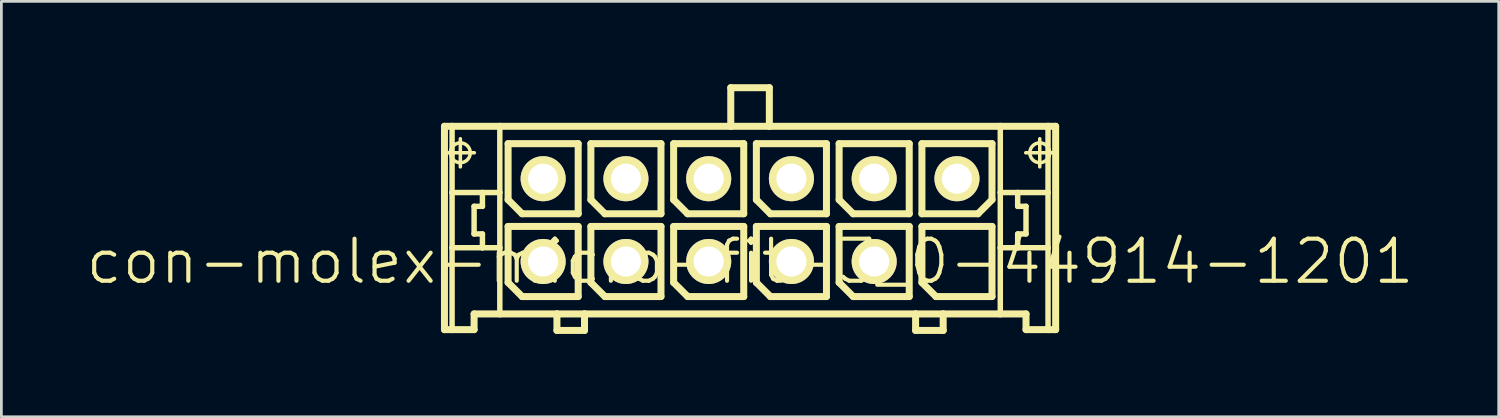
<source format=kicad_pcb>
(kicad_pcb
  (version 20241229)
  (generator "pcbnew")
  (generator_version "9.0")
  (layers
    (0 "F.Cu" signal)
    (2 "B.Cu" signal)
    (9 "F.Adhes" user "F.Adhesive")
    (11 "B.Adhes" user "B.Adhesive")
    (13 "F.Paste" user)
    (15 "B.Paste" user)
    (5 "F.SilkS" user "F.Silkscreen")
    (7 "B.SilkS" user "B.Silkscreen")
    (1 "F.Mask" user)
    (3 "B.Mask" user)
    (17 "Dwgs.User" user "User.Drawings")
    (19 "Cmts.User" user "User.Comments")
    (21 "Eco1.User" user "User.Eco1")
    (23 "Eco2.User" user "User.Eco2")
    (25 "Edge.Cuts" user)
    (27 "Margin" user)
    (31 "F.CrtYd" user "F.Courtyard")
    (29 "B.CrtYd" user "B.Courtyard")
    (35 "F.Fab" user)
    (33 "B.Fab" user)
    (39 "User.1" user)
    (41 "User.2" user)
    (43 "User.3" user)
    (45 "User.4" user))
  (footprint "con-molex-micro-fit-3_0-44914-1201"
    (layer "F.Cu")
    (at 24.13 6.426)
    (property "Reference" "con-molex-micro-fit-3_0-44914-1201" (at 0 0 0) (layer "F.SilkS") (effects (font (size 1.524 1.524) (thickness 0.15))))
    (attr exclude_from_pos_files exclude_from_bom)
    (fp_line (start -11.074 -4.9) (end -10.798 -4.9) (stroke (width 0.254) (type solid)) (layer "F.SilkS"))
    (fp_line (start -11.074 2.469) (end -11.074 -4.9) (stroke (width 0.254) (type solid)) (layer "F.SilkS"))
    (fp_line (start -11.008 -3.94) (end -9.99 -3.94) (stroke (width 0.127) (type solid)) (layer "F.SilkS"))
    (fp_line (start -10.798 -4.9) (end -9.068 -4.9) (stroke (width 0.254) (type solid)) (layer "F.SilkS"))
    (fp_line (start -10.798 -2.499) (end -10.798 -4.9) (stroke (width 0.198) (type solid)) (layer "F.SilkS"))
    (fp_line (start -10.798 -0.498) (end -10.798 -2.499) (stroke (width 0.198) (type solid)) (layer "F.SilkS"))
    (fp_line (start -10.798 2.469) (end -11.074 2.469) (stroke (width 0.254) (type solid)) (layer "F.SilkS"))
    (fp_line (start -10.798 2.469) (end -10.798 -0.498) (stroke (width 0.198) (type solid)) (layer "F.SilkS"))
    (fp_line (start -10.498 -3.429) (end -10.498 -4.448) (stroke (width 0.127) (type solid)) (layer "F.SilkS"))
    (fp_line (start -10 -1.999) (end -10 -0.998) (stroke (width 0.198) (type solid)) (layer "F.SilkS"))
    (fp_line (start -10 -0.998) (end -9.698 -0.998) (stroke (width 0.198) (type solid)) (layer "F.SilkS"))
    (fp_line (start -10 1.9) (end -10 2.469) (stroke (width 0.254) (type solid)) (layer "F.SilkS"))
    (fp_line (start -10 2.469) (end -10.798 2.469) (stroke (width 0.254) (type solid)) (layer "F.SilkS"))
    (fp_line (start -9.698 -2.499) (end -10.798 -2.499) (stroke (width 0.198) (type solid)) (layer "F.SilkS"))
    (fp_line (start -9.698 -2.499) (end -9.698 -1.999) (stroke (width 0.198) (type solid)) (layer "F.SilkS"))
    (fp_line (start -9.698 -1.999) (end -10 -1.999) (stroke (width 0.198) (type solid)) (layer "F.SilkS"))
    (fp_line (start -9.698 -0.998) (end -9.698 -0.498) (stroke (width 0.198) (type solid)) (layer "F.SilkS"))
    (fp_line (start -9.698 -0.498) (end -10.798 -0.498) (stroke (width 0.198) (type solid)) (layer "F.SilkS"))
    (fp_line (start -9.068 -4.9) (end -0.699 -4.9) (stroke (width 0.254) (type solid)) (layer "F.SilkS"))
    (fp_line (start -9.068 -2.499) (end -9.698 -2.499) (stroke (width 0.198) (type solid)) (layer "F.SilkS"))
    (fp_line (start -9.068 -2.499) (end -9.068 -4.9) (stroke (width 0.198) (type solid)) (layer "F.SilkS"))
    (fp_line (start -9.068 -0.498) (end -9.698 -0.498) (stroke (width 0.198) (type solid)) (layer "F.SilkS"))
    (fp_line (start -9.068 -0.498) (end -9.068 -2.499) (stroke (width 0.198) (type solid)) (layer "F.SilkS"))
    (fp_line (start -9.068 1.9) (end -10 1.9) (stroke (width 0.254) (type solid)) (layer "F.SilkS"))
    (fp_line (start -9.068 1.9) (end -9.068 -0.498) (stroke (width 0.198) (type solid)) (layer "F.SilkS"))
    (fp_line (start -8.768 -4.27) (end -6.228 -4.27) (stroke (width 0.254) (type solid)) (layer "F.SilkS"))
    (fp_line (start -8.768 -2.238) (end -8.768 -4.27) (stroke (width 0.254) (type solid)) (layer "F.SilkS"))
    (fp_line (start -8.768 -1.27) (end -6.228 -1.27) (stroke (width 0.254) (type solid)) (layer "F.SilkS"))
    (fp_line (start -8.768 0.762) (end -8.768 -1.27) (stroke (width 0.254) (type solid)) (layer "F.SilkS"))
    (fp_line (start -8.26 -1.73) (end -8.768 -2.238) (stroke (width 0.254) (type solid)) (layer "F.SilkS"))
    (fp_line (start -8.26 1.27) (end -8.768 0.762) (stroke (width 0.254) (type solid)) (layer "F.SilkS"))
    (fp_line (start -6.998 1.9) (end -9.068 1.9) (stroke (width 0.254) (type solid)) (layer "F.SilkS"))
    (fp_line (start -6.998 1.9) (end -6.998 2.499) (stroke (width 0.254) (type solid)) (layer "F.SilkS"))
    (fp_line (start -6.998 2.499) (end -5.999 2.499) (stroke (width 0.254) (type solid)) (layer "F.SilkS"))
    (fp_line (start -6.228 -4.27) (end -6.228 -1.73) (stroke (width 0.254) (type solid)) (layer "F.SilkS"))
    (fp_line (start -6.228 -1.73) (end -8.26 -1.73) (stroke (width 0.254) (type solid)) (layer "F.SilkS"))
    (fp_line (start -6.228 -1.27) (end -6.228 1.27) (stroke (width 0.254) (type solid)) (layer "F.SilkS"))
    (fp_line (start -6.228 1.27) (end -8.26 1.27) (stroke (width 0.254) (type solid)) (layer "F.SilkS"))
    (fp_line (start -5.999 1.9) (end -6.998 1.9) (stroke (width 0.254) (type solid)) (layer "F.SilkS"))
    (fp_line (start -5.999 2.499) (end -5.999 1.9) (stroke (width 0.254) (type solid)) (layer "F.SilkS"))
    (fp_line (start -5.768 -4.27) (end -3.228 -4.27) (stroke (width 0.254) (type solid)) (layer "F.SilkS"))
    (fp_line (start -5.768 -2.238) (end -5.768 -4.27) (stroke (width 0.254) (type solid)) (layer "F.SilkS"))
    (fp_line (start -5.768 -1.27) (end -3.228 -1.27) (stroke (width 0.254) (type solid)) (layer "F.SilkS"))
    (fp_line (start -5.768 0.762) (end -5.768 -1.27) (stroke (width 0.254) (type solid)) (layer "F.SilkS"))
    (fp_line (start -5.26 -1.73) (end -5.768 -2.238) (stroke (width 0.254) (type solid)) (layer "F.SilkS"))
    (fp_line (start -5.26 1.27) (end -5.768 0.762) (stroke (width 0.254) (type solid)) (layer "F.SilkS"))
    (fp_line (start -3.228 -4.27) (end -3.228 -1.73) (stroke (width 0.254) (type solid)) (layer "F.SilkS"))
    (fp_line (start -3.228 -1.73) (end -5.26 -1.73) (stroke (width 0.254) (type solid)) (layer "F.SilkS"))
    (fp_line (start -3.228 -1.27) (end -3.228 1.27) (stroke (width 0.254) (type solid)) (layer "F.SilkS"))
    (fp_line (start -3.228 1.27) (end -5.26 1.27) (stroke (width 0.254) (type solid)) (layer "F.SilkS"))
    (fp_line (start -2.769 -4.27) (end -0.229 -4.27) (stroke (width 0.254) (type solid)) (layer "F.SilkS"))
    (fp_line (start -2.769 -2.238) (end -2.769 -4.27) (stroke (width 0.254) (type solid)) (layer "F.SilkS"))
    (fp_line (start -2.769 -1.27) (end -0.229 -1.27) (stroke (width 0.254) (type solid)) (layer "F.SilkS"))
    (fp_line (start -2.769 0.762) (end -2.769 -1.27) (stroke (width 0.254) (type solid)) (layer "F.SilkS"))
    (fp_line (start -2.261 -1.73) (end -2.769 -2.238) (stroke (width 0.254) (type solid)) (layer "F.SilkS"))
    (fp_line (start -2.261 1.27) (end -2.769 0.762) (stroke (width 0.254) (type solid)) (layer "F.SilkS"))
    (fp_line (start -0.699 -6.299) (end -0.699 -4.9) (stroke (width 0.254) (type solid)) (layer "F.SilkS"))
    (fp_line (start -0.699 -6.299) (end 0.699 -6.299) (stroke (width 0.254) (type solid)) (layer "F.SilkS"))
    (fp_line (start -0.699 -4.9) (end 0.699 -4.9) (stroke (width 0.254) (type solid)) (layer "F.SilkS"))
    (fp_line (start -0.229 -4.27) (end -0.229 -1.73) (stroke (width 0.254) (type solid)) (layer "F.SilkS"))
    (fp_line (start -0.229 -1.73) (end -2.261 -1.73) (stroke (width 0.254) (type solid)) (layer "F.SilkS"))
    (fp_line (start -0.229 -1.27) (end -0.229 1.27) (stroke (width 0.254) (type solid)) (layer "F.SilkS"))
    (fp_line (start -0.229 1.27) (end -2.261 1.27) (stroke (width 0.254) (type solid)) (layer "F.SilkS"))
    (fp_line (start 0.229 -4.27) (end 2.769 -4.27) (stroke (width 0.254) (type solid)) (layer "F.SilkS"))
    (fp_line (start 0.229 -2.238) (end 0.229 -4.27) (stroke (width 0.254) (type solid)) (layer "F.SilkS"))
    (fp_line (start 0.229 -1.27) (end 2.769 -1.27) (stroke (width 0.254) (type solid)) (layer "F.SilkS"))
    (fp_line (start 0.229 0.762) (end 0.229 -1.27) (stroke (width 0.254) (type solid)) (layer "F.SilkS"))
    (fp_line (start 0.699 -6.299) (end 0.699 -4.9) (stroke (width 0.254) (type solid)) (layer "F.SilkS"))
    (fp_line (start 0.699 -4.9) (end 9.068 -4.9) (stroke (width 0.254) (type solid)) (layer "F.SilkS"))
    (fp_line (start 0.737 -1.73) (end 0.229 -2.238) (stroke (width 0.254) (type solid)) (layer "F.SilkS"))
    (fp_line (start 0.737 1.27) (end 0.229 0.762) (stroke (width 0.254) (type solid)) (layer "F.SilkS"))
    (fp_line (start 2.769 -4.27) (end 2.769 -1.73) (stroke (width 0.254) (type solid)) (layer "F.SilkS"))
    (fp_line (start 2.769 -1.73) (end 0.737 -1.73) (stroke (width 0.254) (type solid)) (layer "F.SilkS"))
    (fp_line (start 2.769 -1.27) (end 2.769 1.27) (stroke (width 0.254) (type solid)) (layer "F.SilkS"))
    (fp_line (start 2.769 1.27) (end 0.737 1.27) (stroke (width 0.254) (type solid)) (layer "F.SilkS"))
    (fp_line (start 3.228 -4.27) (end 5.768 -4.27) (stroke (width 0.254) (type solid)) (layer "F.SilkS"))
    (fp_line (start 3.228 -2.238) (end 3.228 -4.27) (stroke (width 0.254) (type solid)) (layer "F.SilkS"))
    (fp_line (start 3.228 -1.27) (end 5.768 -1.27) (stroke (width 0.254) (type solid)) (layer "F.SilkS"))
    (fp_line (start 3.228 0.762) (end 3.228 -1.27) (stroke (width 0.254) (type solid)) (layer "F.SilkS"))
    (fp_line (start 3.736 -1.73) (end 3.228 -2.238) (stroke (width 0.254) (type solid)) (layer "F.SilkS"))
    (fp_line (start 3.736 1.27) (end 3.228 0.762) (stroke (width 0.254) (type solid)) (layer "F.SilkS"))
    (fp_line (start 5.768 -4.27) (end 5.768 -1.73) (stroke (width 0.254) (type solid)) (layer "F.SilkS"))
    (fp_line (start 5.768 -1.73) (end 3.736 -1.73) (stroke (width 0.254) (type solid)) (layer "F.SilkS"))
    (fp_line (start 5.768 -1.27) (end 5.768 1.27) (stroke (width 0.254) (type solid)) (layer "F.SilkS"))
    (fp_line (start 5.768 1.27) (end 3.736 1.27) (stroke (width 0.254) (type solid)) (layer "F.SilkS"))
    (fp_line (start 5.999 1.9) (end -5.999 1.9) (stroke (width 0.254) (type solid)) (layer "F.SilkS"))
    (fp_line (start 5.999 1.9) (end 5.999 2.499) (stroke (width 0.254) (type solid)) (layer "F.SilkS"))
    (fp_line (start 5.999 2.499) (end 6.998 2.499) (stroke (width 0.254) (type solid)) (layer "F.SilkS"))
    (fp_line (start 6.228 -4.27) (end 6.228 -1.73) (stroke (width 0.254) (type solid)) (layer "F.SilkS"))
    (fp_line (start 6.228 -1.73) (end 8.26 -1.73) (stroke (width 0.254) (type solid)) (layer "F.SilkS"))
    (fp_line (start 6.228 -1.27) (end 8.768 -1.27) (stroke (width 0.254) (type solid)) (layer "F.SilkS"))
    (fp_line (start 6.228 0.762) (end 6.228 -1.27) (stroke (width 0.254) (type solid)) (layer "F.SilkS"))
    (fp_line (start 6.736 1.27) (end 6.228 0.762) (stroke (width 0.254) (type solid)) (layer "F.SilkS"))
    (fp_line (start 6.998 1.9) (end 5.999 1.9) (stroke (width 0.254) (type solid)) (layer "F.SilkS"))
    (fp_line (start 6.998 2.499) (end 6.998 1.9) (stroke (width 0.254) (type solid)) (layer "F.SilkS"))
    (fp_line (start 8.26 -1.73) (end 8.768 -2.238) (stroke (width 0.254) (type solid)) (layer "F.SilkS"))
    (fp_line (start 8.768 -4.27) (end 6.228 -4.27) (stroke (width 0.254) (type solid)) (layer "F.SilkS"))
    (fp_line (start 8.768 -2.238) (end 8.768 -4.27) (stroke (width 0.254) (type solid)) (layer "F.SilkS"))
    (fp_line (start 8.768 -1.27) (end 8.768 1.27) (stroke (width 0.254) (type solid)) (layer "F.SilkS"))
    (fp_line (start 8.768 1.27) (end 6.736 1.27) (stroke (width 0.254) (type solid)) (layer "F.SilkS"))
    (fp_line (start 9.068 -4.9) (end 9.068 -2.499) (stroke (width 0.198) (type solid)) (layer "F.SilkS"))
    (fp_line (start 9.068 -4.9) (end 10.798 -4.9) (stroke (width 0.254) (type solid)) (layer "F.SilkS"))
    (fp_line (start 9.068 -2.499) (end 9.068 -0.498) (stroke (width 0.198) (type solid)) (layer "F.SilkS"))
    (fp_line (start 9.068 -2.499) (end 9.698 -2.499) (stroke (width 0.198) (type solid)) (layer "F.SilkS"))
    (fp_line (start 9.068 -0.498) (end 9.068 1.9) (stroke (width 0.198) (type solid)) (layer "F.SilkS"))
    (fp_line (start 9.068 -0.498) (end 9.698 -0.498) (stroke (width 0.198) (type solid)) (layer "F.SilkS"))
    (fp_line (start 9.068 1.9) (end 6.998 1.9) (stroke (width 0.254) (type solid)) (layer "F.SilkS"))
    (fp_line (start 9.698 -2.499) (end 9.698 -1.999) (stroke (width 0.198) (type solid)) (layer "F.SilkS"))
    (fp_line (start 9.698 -2.499) (end 10.798 -2.499) (stroke (width 0.198) (type solid)) (layer "F.SilkS"))
    (fp_line (start 9.698 -1.999) (end 10 -1.999) (stroke (width 0.198) (type solid)) (layer "F.SilkS"))
    (fp_line (start 9.698 -0.998) (end 9.698 -0.498) (stroke (width 0.198) (type solid)) (layer "F.SilkS"))
    (fp_line (start 9.698 -0.498) (end 10.798 -0.498) (stroke (width 0.198) (type solid)) (layer "F.SilkS"))
    (fp_line (start 9.99 -3.94) (end 11.008 -3.94) (stroke (width 0.127) (type solid)) (layer "F.SilkS"))
    (fp_line (start 10 -1.999) (end 10 -0.998) (stroke (width 0.198) (type solid)) (layer "F.SilkS"))
    (fp_line (start 10 -0.998) (end 9.698 -0.998) (stroke (width 0.198) (type solid)) (layer "F.SilkS"))
    (fp_line (start 10 1.9) (end 9.068 1.9) (stroke (width 0.254) (type solid)) (layer "F.SilkS"))
    (fp_line (start 10 2.469) (end 10 1.9) (stroke (width 0.254) (type solid)) (layer "F.SilkS"))
    (fp_line (start 10 2.469) (end 10.798 2.469) (stroke (width 0.254) (type solid)) (layer "F.SilkS"))
    (fp_line (start 10.498 -3.429) (end 10.498 -4.448) (stroke (width 0.127) (type solid)) (layer "F.SilkS"))
    (fp_line (start 10.798 -4.9) (end 11.074 -4.9) (stroke (width 0.254) (type solid)) (layer "F.SilkS"))
    (fp_line (start 10.798 -2.499) (end 10.798 -4.9) (stroke (width 0.198) (type solid)) (layer "F.SilkS"))
    (fp_line (start 10.798 -0.498) (end 10.798 -2.499) (stroke (width 0.198) (type solid)) (layer "F.SilkS"))
    (fp_line (start 10.798 2.469) (end 10.798 -0.498) (stroke (width 0.198) (type solid)) (layer "F.SilkS"))
    (fp_line (start 10.798 2.469) (end 11.074 2.469) (stroke (width 0.254) (type solid)) (layer "F.SilkS"))
    (fp_line (start 11.074 -4.9) (end 11.074 2.469) (stroke (width 0.254) (type solid)) (layer "F.SilkS"))
    (fp_circle (center -10.498 -3.94) (end -10.752 -4.194) (stroke (width 0.127) (type solid)) (fill no) (layer "F.SilkS"))
    (fp_circle (center 10.498 -3.94) (end 10.752 -4.194) (stroke (width 0.127) (type solid)) (fill no) (layer "F.SilkS"))
    (pad "P$1" thru_hole rect (at 7.498 0) (size 0.001 0.001) (drill 1.09) (layers "*.Cu" "F.Mask" "F.SilkS" "F.Paste"))
    (pad "P$2" thru_hole circle (at 4.498 0) (size 1.633 1.633) (drill 1.09) (layers "*.Cu" "F.Mask" "F.SilkS" "F.Paste"))
    (pad "P$3" thru_hole circle (at 1.499 0) (size 1.633 1.633) (drill 1.09) (layers "*.Cu" "F.Mask" "F.SilkS" "F.Paste"))
    (pad "P$4" thru_hole circle (at -1.499 0) (size 1.633 1.633) (drill 1.09) (layers "*.Cu" "F.Mask" "F.SilkS" "F.Paste"))
    (pad "P$5" thru_hole circle (at -4.498 0) (size 1.633 1.633) (drill 1.09) (layers "*.Cu" "F.Mask" "F.SilkS" "F.Paste"))
    (pad "P$6" thru_hole circle (at -7.498 0) (size 1.633 1.633) (drill 1.09) (layers "*.Cu" "F.Mask" "F.SilkS" "F.Paste"))
    (pad "P$7" thru_hole circle (at 7.498 -3) (size 1.633 1.633) (drill 1.09) (layers "*.Cu" "F.Mask" "F.SilkS" "F.Paste"))
    (pad "P$8" thru_hole circle (at 4.498 -3) (size 1.633 1.633) (drill 1.09) (layers "*.Cu" "F.Mask" "F.SilkS" "F.Paste"))
    (pad "P$9" thru_hole circle (at 1.499 -3) (size 1.633 1.633) (drill 1.09) (layers "*.Cu" "F.Mask" "F.SilkS" "F.Paste"))
    (pad "P$10" thru_hole circle (at -1.499 -3) (size 1.633 1.633) (drill 1.09) (layers "*.Cu" "F.Mask" "F.SilkS" "F.Paste"))
    (pad "P$11" thru_hole circle (at -4.498 -3) (size 1.633 1.633) (drill 1.09) (layers "*.Cu" "F.Mask" "F.SilkS" "F.Paste"))
    (pad "P$12" thru_hole circle (at -7.498 -3) (size 1.633 1.633) (drill 1.09) (layers "*.Cu" "F.Mask" "F.SilkS" "F.Paste")))
  (gr_rect
    (start -3 -3)
    (end 51.26 12.053)
    (stroke (width 0.1) (type default))
    (fill no)
    (layer "Edge.Cuts")))
</source>
